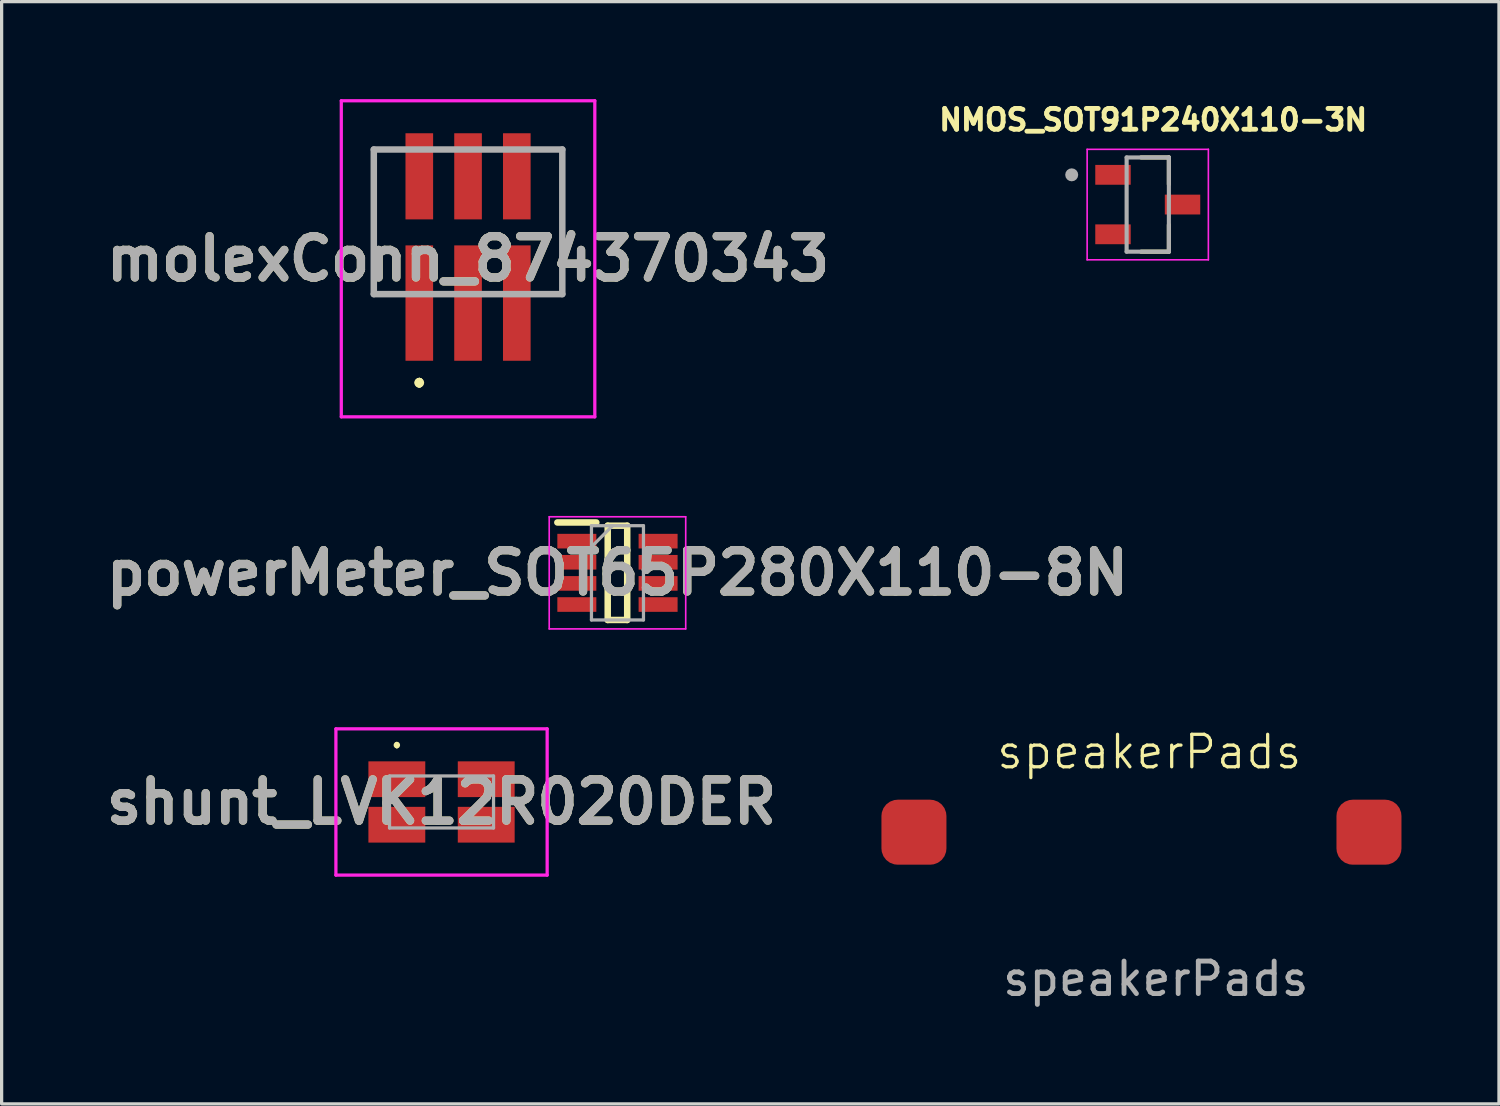
<source format=kicad_pcb>
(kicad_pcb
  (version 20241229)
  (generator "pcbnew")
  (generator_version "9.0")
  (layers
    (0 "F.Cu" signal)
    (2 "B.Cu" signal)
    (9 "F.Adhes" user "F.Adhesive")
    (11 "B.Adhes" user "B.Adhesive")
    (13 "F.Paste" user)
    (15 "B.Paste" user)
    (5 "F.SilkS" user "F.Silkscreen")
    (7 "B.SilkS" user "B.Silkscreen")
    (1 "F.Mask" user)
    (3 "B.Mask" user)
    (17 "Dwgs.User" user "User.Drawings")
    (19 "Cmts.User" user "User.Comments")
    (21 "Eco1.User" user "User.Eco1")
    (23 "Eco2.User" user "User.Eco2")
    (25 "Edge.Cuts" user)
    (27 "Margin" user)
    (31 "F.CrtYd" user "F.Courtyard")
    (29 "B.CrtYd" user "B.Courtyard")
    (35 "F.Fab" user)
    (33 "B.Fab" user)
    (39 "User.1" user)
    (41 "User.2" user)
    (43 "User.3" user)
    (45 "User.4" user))
  (footprint "shunt_LVK12R020DER"
    (layer "F.Cu")
    (at 10.535 21.625)
    (property "Reference" "shunt_LVK12R020DER" (at 0 0 0) (layer "F.SilkS") (effects (font (size 1.27 1.27) (thickness 0.254))))
    (attr smd)
    (fp_line (start -1.375 -1.8) (end -1.375 -1.8) (stroke (width 0.1) (type solid)) (layer "F.SilkS"))
    (fp_line (start -1.375 -1.7) (end -1.375 -1.7) (stroke (width 0.1) (type solid)) (layer "F.SilkS"))
    (fp_arc (start -1.375 -1.8) (mid -1.325 -1.75) (end -1.375 -1.7) (stroke (width 0.1) (type solid)) (layer "F.SilkS"))
    (fp_arc (start -1.375 -1.7) (mid -1.425 -1.75) (end -1.375 -1.8) (stroke (width 0.1) (type solid)) (layer "F.SilkS"))
    (fp_line (start -3.25 -2.25) (end 3.25 -2.25) (stroke (width 0.1) (type solid)) (layer "F.CrtYd"))
    (fp_line (start -3.25 2.25) (end -3.25 -2.25) (stroke (width 0.1) (type solid)) (layer "F.CrtYd"))
    (fp_line (start 3.25 -2.25) (end 3.25 2.25) (stroke (width 0.1) (type solid)) (layer "F.CrtYd"))
    (fp_line (start 3.25 2.25) (end -3.25 2.25) (stroke (width 0.1) (type solid)) (layer "F.CrtYd"))
    (fp_line (start -1.6 -0.8) (end 1.6 -0.8) (stroke (width 0.1) (type solid)) (layer "F.Fab"))
    (fp_line (start -1.6 0.8) (end -1.6 -0.8) (stroke (width 0.1) (type solid)) (layer "F.Fab"))
    (fp_line (start 1.6 -0.8) (end 1.6 0.8) (stroke (width 0.1) (type solid)) (layer "F.Fab"))
    (fp_line (start 1.6 0.8) (end -1.6 0.8) (stroke (width 0.1) (type solid)) (layer "F.Fab"))
    (fp_text user "${REFERENCE}" (at 0 0 0) (layer "F.Fab") (effects (font (size 1.27 1.27) (thickness 0.254))))
    (pad "1" smd rect (at -1.375 -0.7 90) (size 1.1 1.75) (layers "F.Cu" "F.Mask" "F.Paste"))
    (pad "2" smd rect (at -1.375 0.7 90) (size 1.1 1.75) (layers "F.Cu" "F.Mask" "F.Paste"))
    (pad "3" smd rect (at 1.375 0.7 90) (size 1.1 1.75) (layers "F.Cu" "F.Mask" "F.Paste"))
    (pad "4" smd rect (at 1.375 -0.7 90) (size 1.1 1.75) (layers "F.Cu" "F.Mask" "F.Paste")))
  (footprint "powerMeter_SOT65P280X110-8N"
    (layer "F.Cu")
    (at 15.948 14.575)
    (property "Reference" "powerMeter_SOT65P280X110-8N" (at 0 0 0) (layer "F.SilkS") (effects (font (size 1.27 1.27) (thickness 0.254))))
    (attr smd)
    (fp_line (start -1.85 -1.55) (end -0.65 -1.55) (stroke (width 0.2) (type solid)) (layer "F.SilkS"))
    (fp_line (start -0.3 -1.45) (end 0.3 -1.45) (stroke (width 0.2) (type solid)) (layer "F.SilkS"))
    (fp_line (start -0.3 1.45) (end -0.3 -1.45) (stroke (width 0.2) (type solid)) (layer "F.SilkS"))
    (fp_line (start 0.3 -1.45) (end 0.3 1.45) (stroke (width 0.2) (type solid)) (layer "F.SilkS"))
    (fp_line (start 0.3 1.45) (end -0.3 1.45) (stroke (width 0.2) (type solid)) (layer "F.SilkS"))
    (fp_line (start -2.1 -1.725) (end 2.1 -1.725) (stroke (width 0.05) (type solid)) (layer "F.CrtYd"))
    (fp_line (start -2.1 1.725) (end -2.1 -1.725) (stroke (width 0.05) (type solid)) (layer "F.CrtYd"))
    (fp_line (start 2.1 -1.725) (end 2.1 1.725) (stroke (width 0.05) (type solid)) (layer "F.CrtYd"))
    (fp_line (start 2.1 1.725) (end -2.1 1.725) (stroke (width 0.05) (type solid)) (layer "F.CrtYd"))
    (fp_line (start -0.8 -1.45) (end 0.8 -1.45) (stroke (width 0.1) (type solid)) (layer "F.Fab"))
    (fp_line (start -0.8 -0.8) (end -0.15 -1.45) (stroke (width 0.1) (type solid)) (layer "F.Fab"))
    (fp_line (start -0.8 1.45) (end -0.8 -1.45) (stroke (width 0.1) (type solid)) (layer "F.Fab"))
    (fp_line (start 0.8 -1.45) (end 0.8 1.45) (stroke (width 0.1) (type solid)) (layer "F.Fab"))
    (fp_line (start 0.8 1.45) (end -0.8 1.45) (stroke (width 0.1) (type solid)) (layer "F.Fab"))
    (fp_text user "${REFERENCE}" (at 0 0 0) (layer "F.Fab") (effects (font (size 1.27 1.27) (thickness 0.254))))
    (pad "1" smd rect (at -1.25 -0.975 90) (size 0.45 1.2) (layers "F.Cu" "F.Mask" "F.Paste"))
    (pad "2" smd rect (at -1.25 -0.325 90) (size 0.45 1.2) (layers "F.Cu" "F.Mask" "F.Paste"))
    (pad "3" smd rect (at -1.25 0.325 90) (size 0.45 1.2) (layers "F.Cu" "F.Mask" "F.Paste"))
    (pad "4" smd rect (at -1.25 0.975 90) (size 0.45 1.2) (layers "F.Cu" "F.Mask" "F.Paste"))
    (pad "5" smd rect (at 1.25 0.975 90) (size 0.45 1.2) (layers "F.Cu" "F.Mask" "F.Paste"))
    (pad "6" smd rect (at 1.25 0.325 90) (size 0.45 1.2) (layers "F.Cu" "F.Mask" "F.Paste"))
    (pad "7" smd rect (at 1.25 -0.325 90) (size 0.45 1.2) (layers "F.Cu" "F.Mask" "F.Paste"))
    (pad "8" smd rect (at 1.25 -0.975 90) (size 0.45 1.2) (layers "F.Cu" "F.Mask" "F.Paste")))
  (footprint "NMOS_SOT91P240X110-3N"
    (layer "F.Cu")
    (at 32.264 3.244)
    (property "Reference" "NMOS_SOT91P240X110-3N" (at 0.167 -2.606 0) (layer "F.SilkS") (effects (font (size 0.64 0.64) (thickness 0.15))))
    (attr smd)
    (fp_line (start -0.205 -1.45) (end 0.65 -1.45) (stroke (width 0.127) (type solid)) (layer "F.SilkS"))
    (fp_line (start 0.65 -1.45) (end 0.65 -0.625) (stroke (width 0.127) (type solid)) (layer "F.SilkS"))
    (fp_line (start 0.65 1.45) (end -0.205 1.45) (stroke (width 0.127) (type solid)) (layer "F.SilkS"))
    (fp_line (start 0.65 1.45) (end 0.65 0.625) (stroke (width 0.127) (type solid)) (layer "F.SilkS"))
    (fp_line (start -1.865 -1.7) (end -1.865 1.7) (stroke (width 0.05) (type solid)) (layer "F.CrtYd"))
    (fp_line (start -1.865 1.7) (end 1.865 1.7) (stroke (width 0.05) (type solid)) (layer "F.CrtYd"))
    (fp_line (start 1.865 -1.7) (end -1.865 -1.7) (stroke (width 0.05) (type solid)) (layer "F.CrtYd"))
    (fp_line (start 1.865 1.7) (end 1.865 -1.7) (stroke (width 0.05) (type solid)) (layer "F.CrtYd"))
    (fp_line (start -0.65 -1.45) (end 0.65 -1.45) (stroke (width 0.127) (type solid)) (layer "F.Fab"))
    (fp_line (start -0.65 1.45) (end -0.65 -1.45) (stroke (width 0.127) (type solid)) (layer "F.Fab"))
    (fp_line (start 0.65 -1.45) (end 0.65 1.45) (stroke (width 0.127) (type solid)) (layer "F.Fab"))
    (fp_line (start 0.65 1.45) (end -0.65 1.45) (stroke (width 0.127) (type solid)) (layer "F.Fab"))
    (fp_circle (center -2.34 -0.915) (end -2.24 -0.915) (stroke (width 0.2) (type solid)) (fill no) (layer "F.Fab"))
    (pad "1" smd rect (at -1.07 -0.915) (size 1.09 0.61) (layers "F.Cu" "F.Mask" "F.Paste"))
    (pad "2" smd rect (at -1.07 0.915) (size 1.09 0.61) (layers "F.Cu" "F.Mask" "F.Paste"))
    (pad "3" smd rect (at 1.07 0) (size 1.09 0.61) (layers "F.Cu" "F.Mask" "F.Paste")))
  (footprint "speakerPads"
    (layer "F.Cu")
    (at 32.07 22.555)
    (property "Reference" "speakerPads" (at 0.24 -2.47 0) (unlocked yes) (layer "F.SilkS") (effects (font (size 1 1) (thickness 0.1))))
    (attr smd)
    (fp_text user "${REFERENCE}" (at 0.44 4.51 0) (unlocked yes) (layer "F.Fab") (effects (font (size 1 1) (thickness 0.15))))
    (pad "1" smd roundrect (at -7 0) (size 2 2) (layers "F.Cu" "F.Mask" "F.Paste") (roundrect_rratio 0.25))
    (pad "2" smd roundrect (at 7 0) (size 2 2) (layers "F.Cu" "F.Mask" "F.Paste") (roundrect_rratio 0.25)))
  (footprint "molexConn_874370343"
    (layer "F.Cu")
    (at 11.351 3.775)
    (property "Reference" "molexConn_874370343" (at 0 1.137 0) (layer "F.SilkS") (effects (font (size 1.27 1.27) (thickness 0.254))))
    (attr smd)
    (fp_line (start -2.9 -2.225) (end -2.9 -2.225) (stroke (width 0.1) (type solid)) (layer "F.SilkS"))
    (fp_line (start -2.9 -2.225) (end -2.9 2.225) (stroke (width 0.1) (type solid)) (layer "F.SilkS"))
    (fp_line (start -2.9 2.225) (end -2.9 -2.225) (stroke (width 0.1) (type solid)) (layer "F.SilkS"))
    (fp_line (start -2.9 2.225) (end -2.9 2.225) (stroke (width 0.1) (type solid)) (layer "F.SilkS"))
    (fp_line (start -1.5 4.9) (end -1.5 4.9) (stroke (width 0.2) (type solid)) (layer "F.SilkS"))
    (fp_line (start -1.5 4.9) (end -1.5 4.9) (stroke (width 0.2) (type solid)) (layer "F.SilkS"))
    (fp_line (start -1.5 5) (end -1.5 5) (stroke (width 0.2) (type solid)) (layer "F.SilkS"))
    (fp_line (start 2.9 -2.225) (end 2.9 -2.225) (stroke (width 0.1) (type solid)) (layer "F.SilkS"))
    (fp_line (start 2.9 -2.225) (end 2.9 2.225) (stroke (width 0.1) (type solid)) (layer "F.SilkS"))
    (fp_line (start 2.9 2.225) (end 2.9 -2.225) (stroke (width 0.1) (type solid)) (layer "F.SilkS"))
    (fp_line (start 2.9 2.225) (end 2.9 2.225) (stroke (width 0.1) (type solid)) (layer "F.SilkS"))
    (fp_arc (start -1.5 4.9) (mid -1.45 4.95) (end -1.5 5) (stroke (width 0.2) (type solid)) (layer "F.SilkS"))
    (fp_arc (start -1.5 5) (mid -1.55 4.95) (end -1.5 4.9) (stroke (width 0.2) (type solid)) (layer "F.SilkS"))
    (fp_arc (start -1.5 5) (mid -1.55 4.95) (end -1.5 4.9) (stroke (width 0.2) (type solid)) (layer "F.SilkS"))
    (fp_line (start -3.9 -3.725) (end 3.9 -3.725) (stroke (width 0.1) (type solid)) (layer "F.CrtYd"))
    (fp_line (start -3.9 6) (end -3.9 -3.725) (stroke (width 0.1) (type solid)) (layer "F.CrtYd"))
    (fp_line (start 3.9 -3.725) (end 3.9 6) (stroke (width 0.1) (type solid)) (layer "F.CrtYd"))
    (fp_line (start 3.9 6) (end -3.9 6) (stroke (width 0.1) (type solid)) (layer "F.CrtYd"))
    (fp_line (start -2.9 -2.225) (end 2.9 -2.225) (stroke (width 0.2) (type solid)) (layer "F.Fab"))
    (fp_line (start -2.9 2.225) (end -2.9 -2.225) (stroke (width 0.2) (type solid)) (layer "F.Fab"))
    (fp_line (start 2.9 -2.225) (end 2.9 2.225) (stroke (width 0.2) (type solid)) (layer "F.Fab"))
    (fp_line (start 2.9 2.225) (end -2.9 2.225) (stroke (width 0.2) (type solid)) (layer "F.Fab"))
    (fp_text user "${REFERENCE}" (at 0 1.137 0) (layer "F.Fab") (effects (font (size 1.27 1.27) (thickness 0.254))))
    (pad "1" smd rect (at -1.5 2.5) (size 0.85 3.55) (layers "F.Cu" "F.Mask" "F.Paste"))
    (pad "2" smd rect (at 0 2.5) (size 0.85 3.55) (layers "F.Cu" "F.Mask" "F.Paste"))
    (pad "3" smd rect (at 1.5 2.5) (size 0.85 3.55) (layers "F.Cu" "F.Mask" "F.Paste"))
    (pad "4" smd rect (at 1.5 -1.4) (size 0.85 2.65) (layers "F.Cu" "F.Mask" "F.Paste"))
    (pad "5" smd rect (at 0 -1.4) (size 0.85 2.65) (layers "F.Cu" "F.Mask" "F.Paste"))
    (pad "6" smd rect (at -1.5 -1.4) (size 0.85 2.65) (layers "F.Cu" "F.Mask" "F.Paste")))
  (gr_rect
    (start -3 -3)
    (end 43.07 30.914)
    (stroke (width 0.1) (type default))
    (fill no)
    (layer "Edge.Cuts")))
</source>
